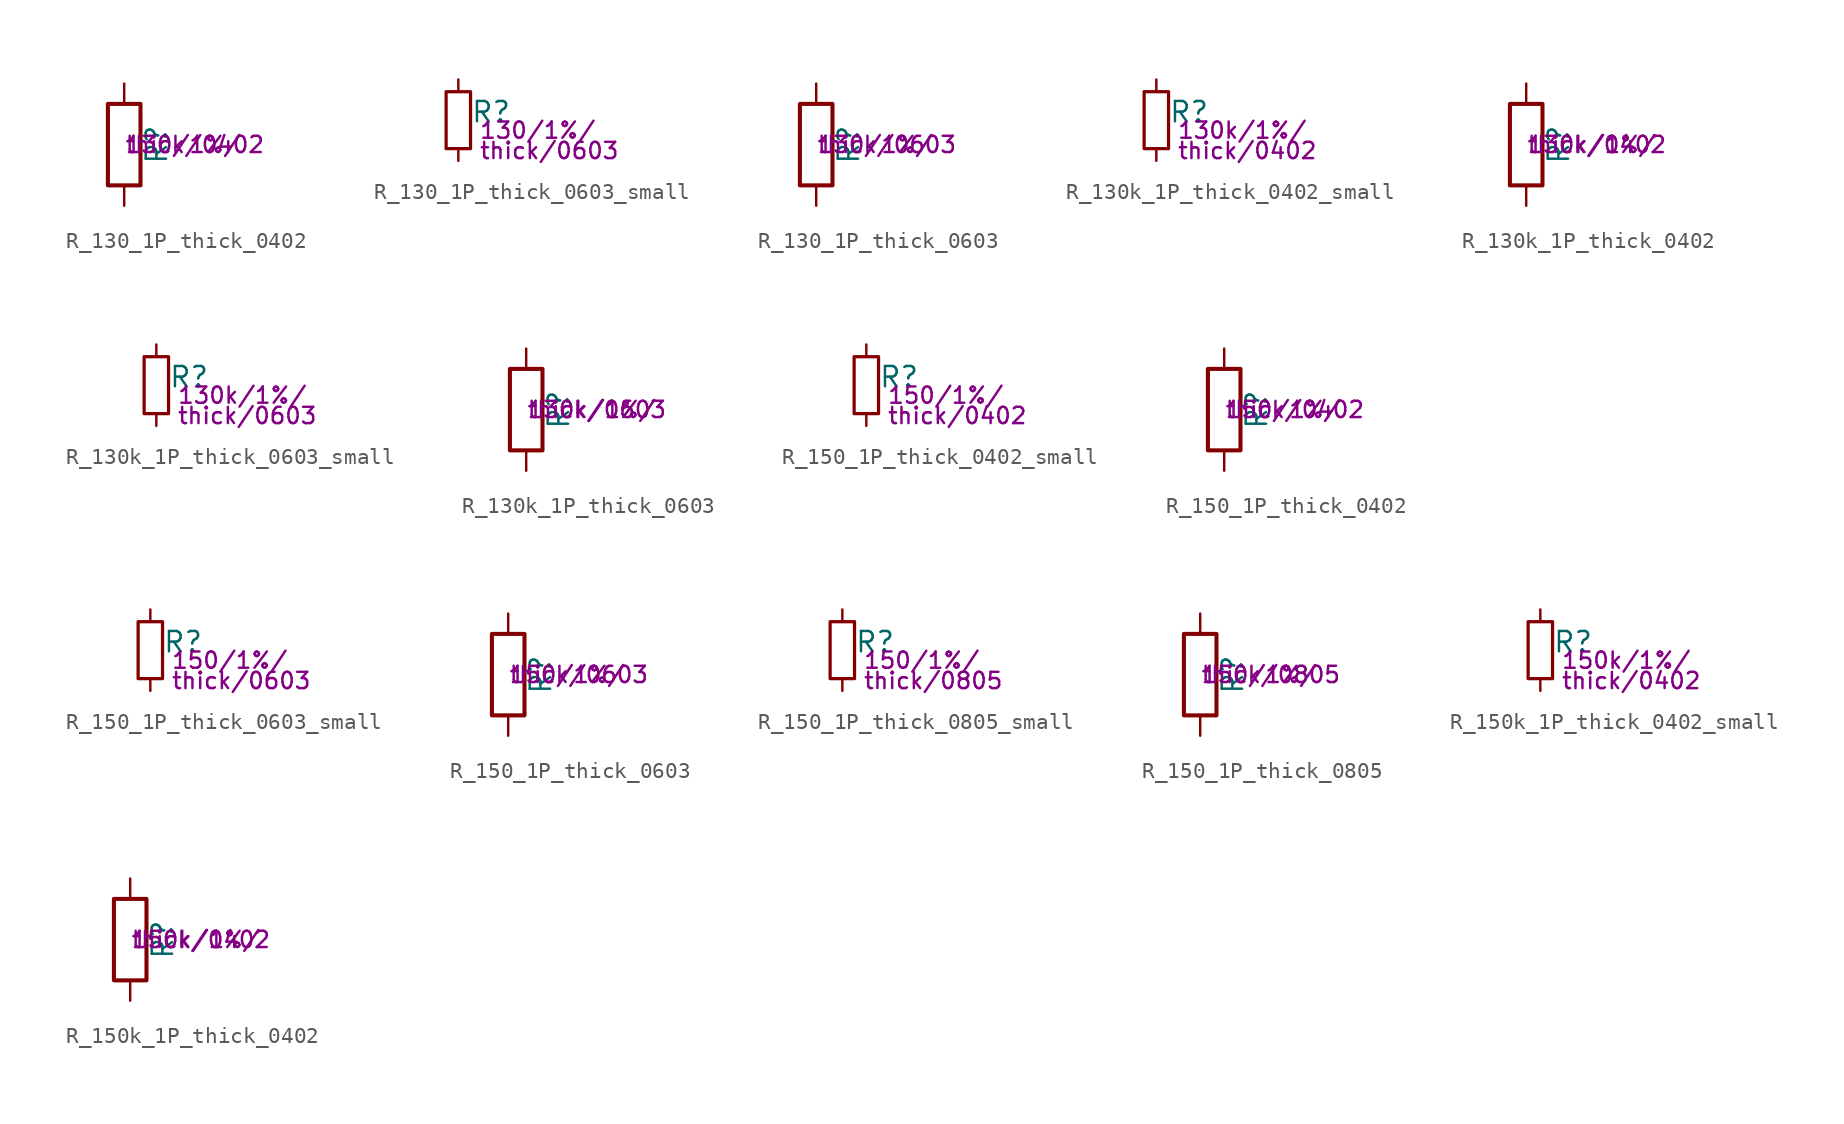
<source format=kicad_sym>
(kicad_symbol_lib
  (version 20211014)
  (generator kicad_symbol_editor)
  (symbol "R_130_1P_thick_0402"
    (pin_numbers hide)
    (pin_names
      (offset 0))
    (property "Reference" "R"
      (at 2.032 0 90)
      (effects (font (size 1.27 1.27))))
    (property "Params" "130/1%/"
      (at 0 0 0)
      (effects (font (size 1.016 1.016)) (justify left)))
    (property "Params2" "thick/0402"
      (at 0 0 0)
      (effects (font (size 1.016 1.016)) (justify left)))
    (symbol "R_130_1P_thick_0402_0_1"
      (rectangle (start -1.016 -2.54) (end 1.016 2.54) (stroke (width 0.254) (type default) (color 0 0 0 0)) (fill (type none))))
    (symbol "R_130_1P_thick_0402_1_1"
      (pin passive line (at 0 3.81 270) (length 1.27) (name "~" (effects (font (size 1.27 1.27)))) (number "1" (effects (font (size 1.27 1.27)))))
      (pin passive line (at 0 -3.81 90) (length 1.27) (name "~" (effects (font (size 1.27 1.27)))) (number "2" (effects (font (size 1.27 1.27)))))))
  (symbol "R_130_1P_thick_0603_small"
    (pin_numbers hide)
    (pin_names
      (offset 0.254) hide)
    (property "Reference" "R"
      (at 0.762 0.508 0)
      (effects (font (size 1.27 1.27)) (justify left)))
    (property "Params" "130/1%/"
      (at 1.27 -0.635 0)
      (effects (font (size 1.016 1.016)) (justify left)))
    (property "Params2" "thick/0603"
      (at 1.27 -1.905 0)
      (effects (font (size 1.016 1.016)) (justify left)))
    (symbol "R_130_1P_thick_0603_small_0_1"
      (rectangle (start -0.762 1.778) (end 0.762 -1.778) (stroke (width 0.203) (type default) (color 0 0 0 0)) (fill (type none))))
    (symbol "R_130_1P_thick_0603_small_1_1"
      (pin passive line (at 0 2.54 270) (length 0.762) (name "~" (effects (font (size 1.27 1.27)))) (number "1" (effects (font (size 1.27 1.27)))))
      (pin passive line (at 0 -2.54 90) (length 0.762) (name "~" (effects (font (size 1.27 1.27)))) (number "2" (effects (font (size 1.27 1.27)))))))
  (symbol "R_130_1P_thick_0603"
    (pin_numbers hide)
    (pin_names
      (offset 0))
    (property "Reference" "R"
      (at 2.032 0 90)
      (effects (font (size 1.27 1.27))))
    (property "Params" "130/1%/"
      (at 0 0 0)
      (effects (font (size 1.016 1.016)) (justify left)))
    (property "Params2" "thick/0603"
      (at 0 0 0)
      (effects (font (size 1.016 1.016)) (justify left)))
    (symbol "R_130_1P_thick_0603_0_1"
      (rectangle (start -1.016 -2.54) (end 1.016 2.54) (stroke (width 0.254) (type default) (color 0 0 0 0)) (fill (type none))))
    (symbol "R_130_1P_thick_0603_1_1"
      (pin passive line (at 0 3.81 270) (length 1.27) (name "~" (effects (font (size 1.27 1.27)))) (number "1" (effects (font (size 1.27 1.27)))))
      (pin passive line (at 0 -3.81 90) (length 1.27) (name "~" (effects (font (size 1.27 1.27)))) (number "2" (effects (font (size 1.27 1.27)))))))
  (symbol "R_130k_1P_thick_0402_small"
    (pin_numbers hide)
    (pin_names
      (offset 0.254) hide)
    (property "Reference" "R"
      (at 0.762 0.508 0)
      (effects (font (size 1.27 1.27)) (justify left)))
    (property "Params" "130k/1%/"
      (at 1.27 -0.635 0)
      (effects (font (size 1.016 1.016)) (justify left)))
    (property "Params2" "thick/0402"
      (at 1.27 -1.905 0)
      (effects (font (size 1.016 1.016)) (justify left)))
    (symbol "R_130k_1P_thick_0402_small_0_1"
      (rectangle (start -0.762 1.778) (end 0.762 -1.778) (stroke (width 0.203) (type default) (color 0 0 0 0)) (fill (type none))))
    (symbol "R_130k_1P_thick_0402_small_1_1"
      (pin passive line (at 0 2.54 270) (length 0.762) (name "~" (effects (font (size 1.27 1.27)))) (number "1" (effects (font (size 1.27 1.27)))))
      (pin passive line (at 0 -2.54 90) (length 0.762) (name "~" (effects (font (size 1.27 1.27)))) (number "2" (effects (font (size 1.27 1.27)))))))
  (symbol "R_130k_1P_thick_0402"
    (pin_numbers hide)
    (pin_names
      (offset 0))
    (property "Reference" "R"
      (at 2.032 0 90)
      (effects (font (size 1.27 1.27))))
    (property "Params" "130k/1%/"
      (at 0 0 0)
      (effects (font (size 1.016 1.016)) (justify left)))
    (property "Params2" "thick/0402"
      (at 0 0 0)
      (effects (font (size 1.016 1.016)) (justify left)))
    (symbol "R_130k_1P_thick_0402_0_1"
      (rectangle (start -1.016 -2.54) (end 1.016 2.54) (stroke (width 0.254) (type default) (color 0 0 0 0)) (fill (type none))))
    (symbol "R_130k_1P_thick_0402_1_1"
      (pin passive line (at 0 3.81 270) (length 1.27) (name "~" (effects (font (size 1.27 1.27)))) (number "1" (effects (font (size 1.27 1.27)))))
      (pin passive line (at 0 -3.81 90) (length 1.27) (name "~" (effects (font (size 1.27 1.27)))) (number "2" (effects (font (size 1.27 1.27)))))))
  (symbol "R_130k_1P_thick_0603_small"
    (pin_numbers hide)
    (pin_names
      (offset 0.254) hide)
    (property "Reference" "R"
      (at 0.762 0.508 0)
      (effects (font (size 1.27 1.27)) (justify left)))
    (property "Params" "130k/1%/"
      (at 1.27 -0.635 0)
      (effects (font (size 1.016 1.016)) (justify left)))
    (property "Params2" "thick/0603"
      (at 1.27 -1.905 0)
      (effects (font (size 1.016 1.016)) (justify left)))
    (symbol "R_130k_1P_thick_0603_small_0_1"
      (rectangle (start -0.762 1.778) (end 0.762 -1.778) (stroke (width 0.203) (type default) (color 0 0 0 0)) (fill (type none))))
    (symbol "R_130k_1P_thick_0603_small_1_1"
      (pin passive line (at 0 2.54 270) (length 0.762) (name "~" (effects (font (size 1.27 1.27)))) (number "1" (effects (font (size 1.27 1.27)))))
      (pin passive line (at 0 -2.54 90) (length 0.762) (name "~" (effects (font (size 1.27 1.27)))) (number "2" (effects (font (size 1.27 1.27)))))))
  (symbol "R_130k_1P_thick_0603"
    (pin_numbers hide)
    (pin_names
      (offset 0))
    (property "Reference" "R"
      (at 2.032 0 90)
      (effects (font (size 1.27 1.27))))
    (property "Params" "130k/1%/"
      (at 0 0 0)
      (effects (font (size 1.016 1.016)) (justify left)))
    (property "Params2" "thick/0603"
      (at 0 0 0)
      (effects (font (size 1.016 1.016)) (justify left)))
    (symbol "R_130k_1P_thick_0603_0_1"
      (rectangle (start -1.016 -2.54) (end 1.016 2.54) (stroke (width 0.254) (type default) (color 0 0 0 0)) (fill (type none))))
    (symbol "R_130k_1P_thick_0603_1_1"
      (pin passive line (at 0 3.81 270) (length 1.27) (name "~" (effects (font (size 1.27 1.27)))) (number "1" (effects (font (size 1.27 1.27)))))
      (pin passive line (at 0 -3.81 90) (length 1.27) (name "~" (effects (font (size 1.27 1.27)))) (number "2" (effects (font (size 1.27 1.27)))))))
  (symbol "R_150_1P_thick_0402_small"
    (pin_numbers hide)
    (pin_names
      (offset 0.254) hide)
    (property "Reference" "R"
      (at 0.762 0.508 0)
      (effects (font (size 1.27 1.27)) (justify left)))
    (property "Params" "150/1%/"
      (at 1.27 -0.635 0)
      (effects (font (size 1.016 1.016)) (justify left)))
    (property "Params2" "thick/0402"
      (at 1.27 -1.905 0)
      (effects (font (size 1.016 1.016)) (justify left)))
    (symbol "R_150_1P_thick_0402_small_0_1"
      (rectangle (start -0.762 1.778) (end 0.762 -1.778) (stroke (width 0.203) (type default) (color 0 0 0 0)) (fill (type none))))
    (symbol "R_150_1P_thick_0402_small_1_1"
      (pin passive line (at 0 2.54 270) (length 0.762) (name "~" (effects (font (size 1.27 1.27)))) (number "1" (effects (font (size 1.27 1.27)))))
      (pin passive line (at 0 -2.54 90) (length 0.762) (name "~" (effects (font (size 1.27 1.27)))) (number "2" (effects (font (size 1.27 1.27)))))))
  (symbol "R_150_1P_thick_0402"
    (pin_numbers hide)
    (pin_names
      (offset 0))
    (property "Reference" "R"
      (at 2.032 0 90)
      (effects (font (size 1.27 1.27))))
    (property "Params" "150/1%/"
      (at 0 0 0)
      (effects (font (size 1.016 1.016)) (justify left)))
    (property "Params2" "thick/0402"
      (at 0 0 0)
      (effects (font (size 1.016 1.016)) (justify left)))
    (symbol "R_150_1P_thick_0402_0_1"
      (rectangle (start -1.016 -2.54) (end 1.016 2.54) (stroke (width 0.254) (type default) (color 0 0 0 0)) (fill (type none))))
    (symbol "R_150_1P_thick_0402_1_1"
      (pin passive line (at 0 3.81 270) (length 1.27) (name "~" (effects (font (size 1.27 1.27)))) (number "1" (effects (font (size 1.27 1.27)))))
      (pin passive line (at 0 -3.81 90) (length 1.27) (name "~" (effects (font (size 1.27 1.27)))) (number "2" (effects (font (size 1.27 1.27)))))))
  (symbol "R_150_1P_thick_0603_small"
    (pin_numbers hide)
    (pin_names
      (offset 0.254) hide)
    (property "Reference" "R"
      (at 0.762 0.508 0)
      (effects (font (size 1.27 1.27)) (justify left)))
    (property "Params" "150/1%/"
      (at 1.27 -0.635 0)
      (effects (font (size 1.016 1.016)) (justify left)))
    (property "Params2" "thick/0603"
      (at 1.27 -1.905 0)
      (effects (font (size 1.016 1.016)) (justify left)))
    (symbol "R_150_1P_thick_0603_small_0_1"
      (rectangle (start -0.762 1.778) (end 0.762 -1.778) (stroke (width 0.203) (type default) (color 0 0 0 0)) (fill (type none))))
    (symbol "R_150_1P_thick_0603_small_1_1"
      (pin passive line (at 0 2.54 270) (length 0.762) (name "~" (effects (font (size 1.27 1.27)))) (number "1" (effects (font (size 1.27 1.27)))))
      (pin passive line (at 0 -2.54 90) (length 0.762) (name "~" (effects (font (size 1.27 1.27)))) (number "2" (effects (font (size 1.27 1.27)))))))
  (symbol "R_150_1P_thick_0603"
    (pin_numbers hide)
    (pin_names
      (offset 0))
    (property "Reference" "R"
      (at 2.032 0 90)
      (effects (font (size 1.27 1.27))))
    (property "Params" "150/1%/"
      (at 0 0 0)
      (effects (font (size 1.016 1.016)) (justify left)))
    (property "Params2" "thick/0603"
      (at 0 0 0)
      (effects (font (size 1.016 1.016)) (justify left)))
    (symbol "R_150_1P_thick_0603_0_1"
      (rectangle (start -1.016 -2.54) (end 1.016 2.54) (stroke (width 0.254) (type default) (color 0 0 0 0)) (fill (type none))))
    (symbol "R_150_1P_thick_0603_1_1"
      (pin passive line (at 0 3.81 270) (length 1.27) (name "~" (effects (font (size 1.27 1.27)))) (number "1" (effects (font (size 1.27 1.27)))))
      (pin passive line (at 0 -3.81 90) (length 1.27) (name "~" (effects (font (size 1.27 1.27)))) (number "2" (effects (font (size 1.27 1.27)))))))
  (symbol "R_150_1P_thick_0805_small"
    (pin_numbers hide)
    (pin_names
      (offset 0.254) hide)
    (property "Reference" "R"
      (at 0.762 0.508 0)
      (effects (font (size 1.27 1.27)) (justify left)))
    (property "Params" "150/1%/"
      (at 1.27 -0.635 0)
      (effects (font (size 1.016 1.016)) (justify left)))
    (property "Params2" "thick/0805"
      (at 1.27 -1.905 0)
      (effects (font (size 1.016 1.016)) (justify left)))
    (symbol "R_150_1P_thick_0805_small_0_1"
      (rectangle (start -0.762 1.778) (end 0.762 -1.778) (stroke (width 0.203) (type default) (color 0 0 0 0)) (fill (type none))))
    (symbol "R_150_1P_thick_0805_small_1_1"
      (pin passive line (at 0 2.54 270) (length 0.762) (name "~" (effects (font (size 1.27 1.27)))) (number "1" (effects (font (size 1.27 1.27)))))
      (pin passive line (at 0 -2.54 90) (length 0.762) (name "~" (effects (font (size 1.27 1.27)))) (number "2" (effects (font (size 1.27 1.27)))))))
  (symbol "R_150_1P_thick_0805"
    (pin_numbers hide)
    (pin_names
      (offset 0))
    (property "Reference" "R"
      (at 2.032 0 90)
      (effects (font (size 1.27 1.27))))
    (property "Params" "150/1%/"
      (at 0 0 0)
      (effects (font (size 1.016 1.016)) (justify left)))
    (property "Params2" "thick/0805"
      (at 0 0 0)
      (effects (font (size 1.016 1.016)) (justify left)))
    (symbol "R_150_1P_thick_0805_0_1"
      (rectangle (start -1.016 -2.54) (end 1.016 2.54) (stroke (width 0.254) (type default) (color 0 0 0 0)) (fill (type none))))
    (symbol "R_150_1P_thick_0805_1_1"
      (pin passive line (at 0 3.81 270) (length 1.27) (name "~" (effects (font (size 1.27 1.27)))) (number "1" (effects (font (size 1.27 1.27)))))
      (pin passive line (at 0 -3.81 90) (length 1.27) (name "~" (effects (font (size 1.27 1.27)))) (number "2" (effects (font (size 1.27 1.27)))))))
  (symbol "R_150k_1P_thick_0402_small"
    (pin_numbers hide)
    (pin_names
      (offset 0.254) hide)
    (property "Reference" "R"
      (at 0.762 0.508 0)
      (effects (font (size 1.27 1.27)) (justify left)))
    (property "Params" "150k/1%/"
      (at 1.27 -0.635 0)
      (effects (font (size 1.016 1.016)) (justify left)))
    (property "Params2" "thick/0402"
      (at 1.27 -1.905 0)
      (effects (font (size 1.016 1.016)) (justify left)))
    (symbol "R_150k_1P_thick_0402_small_0_1"
      (rectangle (start -0.762 1.778) (end 0.762 -1.778) (stroke (width 0.203) (type default) (color 0 0 0 0)) (fill (type none))))
    (symbol "R_150k_1P_thick_0402_small_1_1"
      (pin passive line (at 0 2.54 270) (length 0.762) (name "~" (effects (font (size 1.27 1.27)))) (number "1" (effects (font (size 1.27 1.27)))))
      (pin passive line (at 0 -2.54 90) (length 0.762) (name "~" (effects (font (size 1.27 1.27)))) (number "2" (effects (font (size 1.27 1.27)))))))
  (symbol "R_150k_1P_thick_0402"
    (pin_numbers hide)
    (pin_names
      (offset 0))
    (property "Reference" "R"
      (at 2.032 0 90)
      (effects (font (size 1.27 1.27))))
    (property "Params" "150k/1%/"
      (at 0 0 0)
      (effects (font (size 1.016 1.016)) (justify left)))
    (property "Params2" "thick/0402"
      (at 0 0 0)
      (effects (font (size 1.016 1.016)) (justify left)))
    (symbol "R_150k_1P_thick_0402_0_1"
      (rectangle (start -1.016 -2.54) (end 1.016 2.54) (stroke (width 0.254) (type default) (color 0 0 0 0)) (fill (type none))))
    (symbol "R_150k_1P_thick_0402_1_1"
      (pin passive line (at 0 3.81 270) (length 1.27) (name "~" (effects (font (size 1.27 1.27)))) (number "1" (effects (font (size 1.27 1.27)))))
      (pin passive line (at 0 -3.81 90) (length 1.27) (name "~" (effects (font (size 1.27 1.27)))) (number "2" (effects (font (size 1.27 1.27))))))))
</source>
